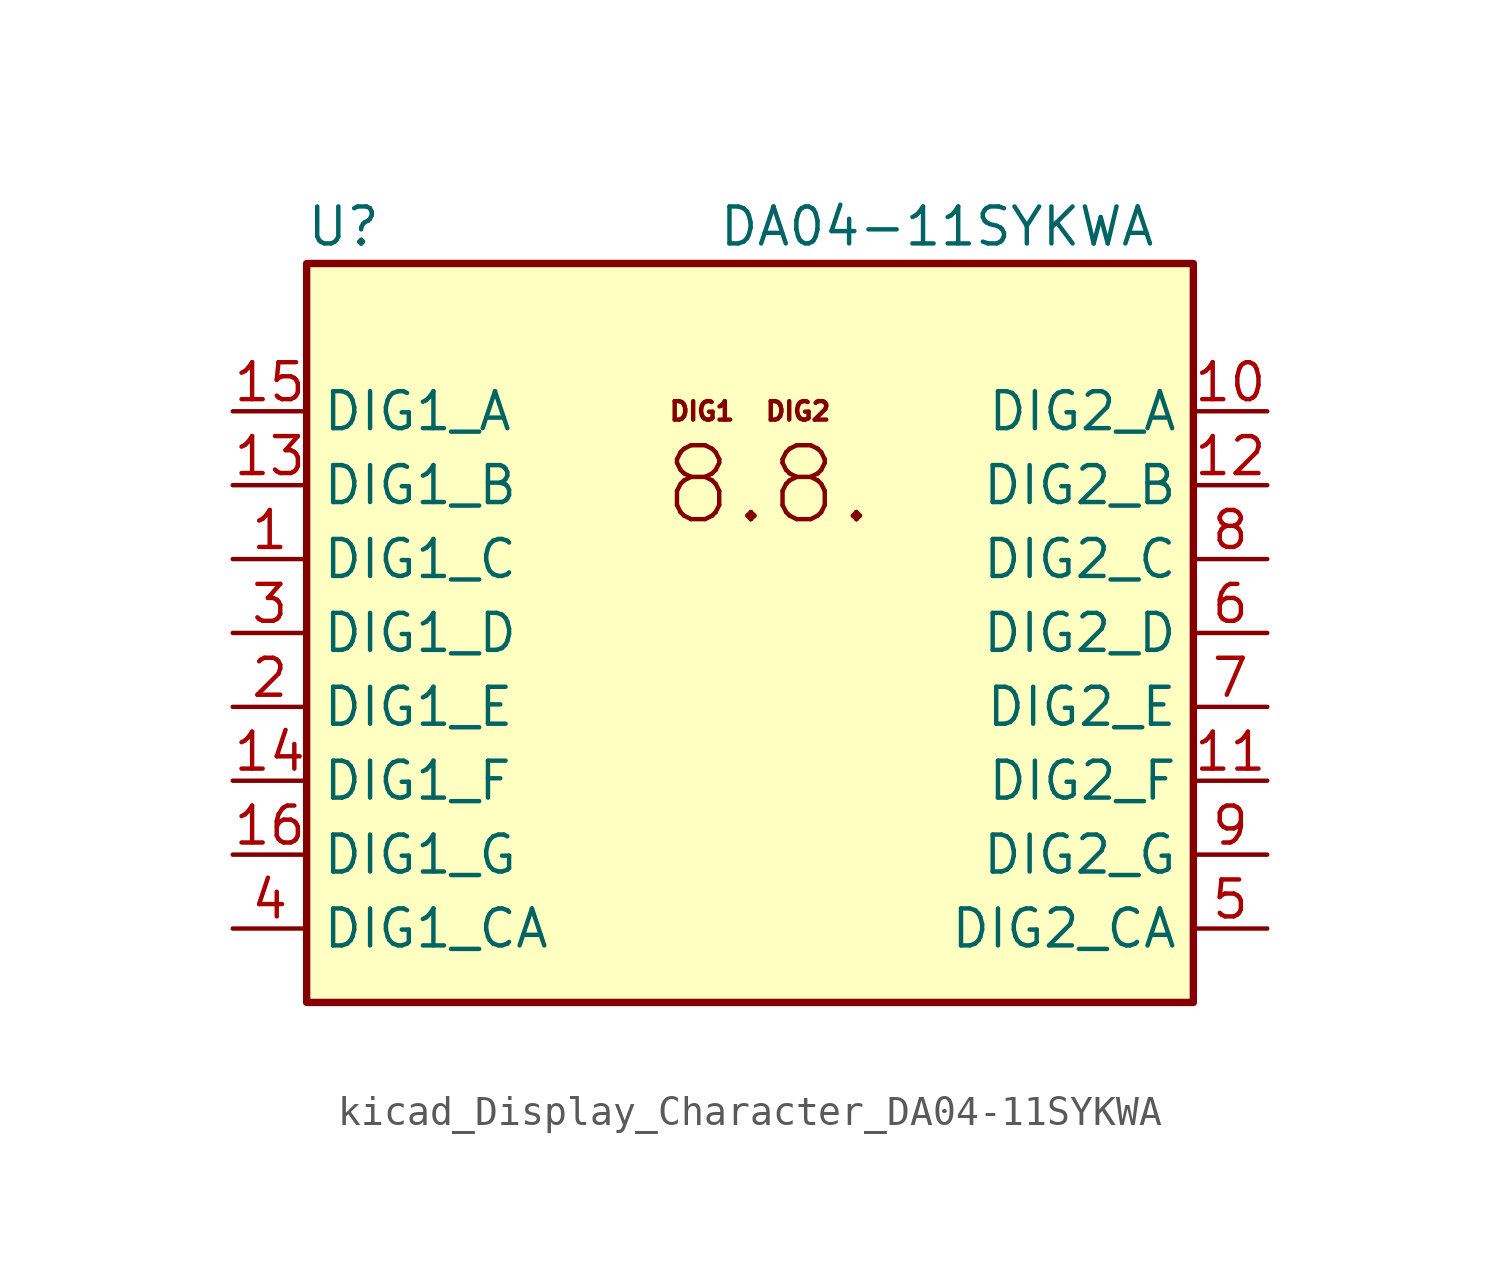
<source format=kicad_sym>
(kicad_symbol_lib
  (version 20220914)
  (generator kicad_symbol_editor)
  (symbol "kicad_Display_Character_DA04-11SYKWA"
    (property "Reference" "U"
      (at -13.97 13.97 0)
      (effects (font (size 1.27 1.27))))
    (property "Value" "DA04-11SYKWA"
      (at 13.97 13.97 0)
      (effects (font (size 1.27 1.27)) (justify right)))
    (symbol "kicad_Display_Character_DA04-11SYKWA_0_0"
      (text "8.8." (at 0.635 5.08 0) (effects (font (size 2.54 2.54))))
      (text "DIG1" (at -1.651 7.62 0) (effects (font (size 0.635 0.635))))
      (text "DIG2" (at 1.651 7.62 0) (effects (font (size 0.635 0.635)))))
    (symbol "kicad_Display_Character_DA04-11SYKWA_0_1"
      (rectangle (start -15.24 12.7) (end 15.24 -12.7) (stroke (width 0.254) (type default)) (fill (type background))))
    (symbol "kicad_Display_Character_DA04-11SYKWA_1_1"
      (pin input line (at -17.78 2.54 0) (length 2.54) (name "DIG1_C" (effects (font (size 1.27 1.27)))) (number "1" (effects (font (size 1.27 1.27)))))
      (pin input line (at 17.78 7.62 180) (length 2.54) (name "DIG2_A" (effects (font (size 1.27 1.27)))) (number "10" (effects (font (size 1.27 1.27)))))
      (pin input line (at 17.78 -5.08 180) (length 2.54) (name "DIG2_F" (effects (font (size 1.27 1.27)))) (number "11" (effects (font (size 1.27 1.27)))))
      (pin input line (at 17.78 5.08 180) (length 2.54) (name "DIG2_B" (effects (font (size 1.27 1.27)))) (number "12" (effects (font (size 1.27 1.27)))))
      (pin input line (at -17.78 5.08 0) (length 2.54) (name "DIG1_B" (effects (font (size 1.27 1.27)))) (number "13" (effects (font (size 1.27 1.27)))))
      (pin input line (at -17.78 -5.08 0) (length 2.54) (name "DIG1_F" (effects (font (size 1.27 1.27)))) (number "14" (effects (font (size 1.27 1.27)))))
      (pin input line (at -17.78 7.62 0) (length 2.54) (name "DIG1_A" (effects (font (size 1.27 1.27)))) (number "15" (effects (font (size 1.27 1.27)))))
      (pin input line (at -17.78 -7.62 0) (length 2.54) (name "DIG1_G" (effects (font (size 1.27 1.27)))) (number "16" (effects (font (size 1.27 1.27)))))
      (pin input line (at -17.78 -2.54 0) (length 2.54) (name "DIG1_E" (effects (font (size 1.27 1.27)))) (number "2" (effects (font (size 1.27 1.27)))))
      (pin input line (at -17.78 0 0) (length 2.54) (name "DIG1_D" (effects (font (size 1.27 1.27)))) (number "3" (effects (font (size 1.27 1.27)))))
      (pin input line (at -17.78 -10.16 0) (length 2.54) (name "DIG1_CA" (effects (font (size 1.27 1.27)))) (number "4" (effects (font (size 1.27 1.27)))))
      (pin input line (at 17.78 -10.16 180) (length 2.54) (name "DIG2_CA" (effects (font (size 1.27 1.27)))) (number "5" (effects (font (size 1.27 1.27)))))
      (pin input line (at 17.78 0 180) (length 2.54) (name "DIG2_D" (effects (font (size 1.27 1.27)))) (number "6" (effects (font (size 1.27 1.27)))))
      (pin input line (at 17.78 -2.54 180) (length 2.54) (name "DIG2_E" (effects (font (size 1.27 1.27)))) (number "7" (effects (font (size 1.27 1.27)))))
      (pin input line (at 17.78 2.54 180) (length 2.54) (name "DIG2_C" (effects (font (size 1.27 1.27)))) (number "8" (effects (font (size 1.27 1.27)))))
      (pin input line (at 17.78 -7.62 180) (length 2.54) (name "DIG2_G" (effects (font (size 1.27 1.27)))) (number "9" (effects (font (size 1.27 1.27))))))))
</source>
